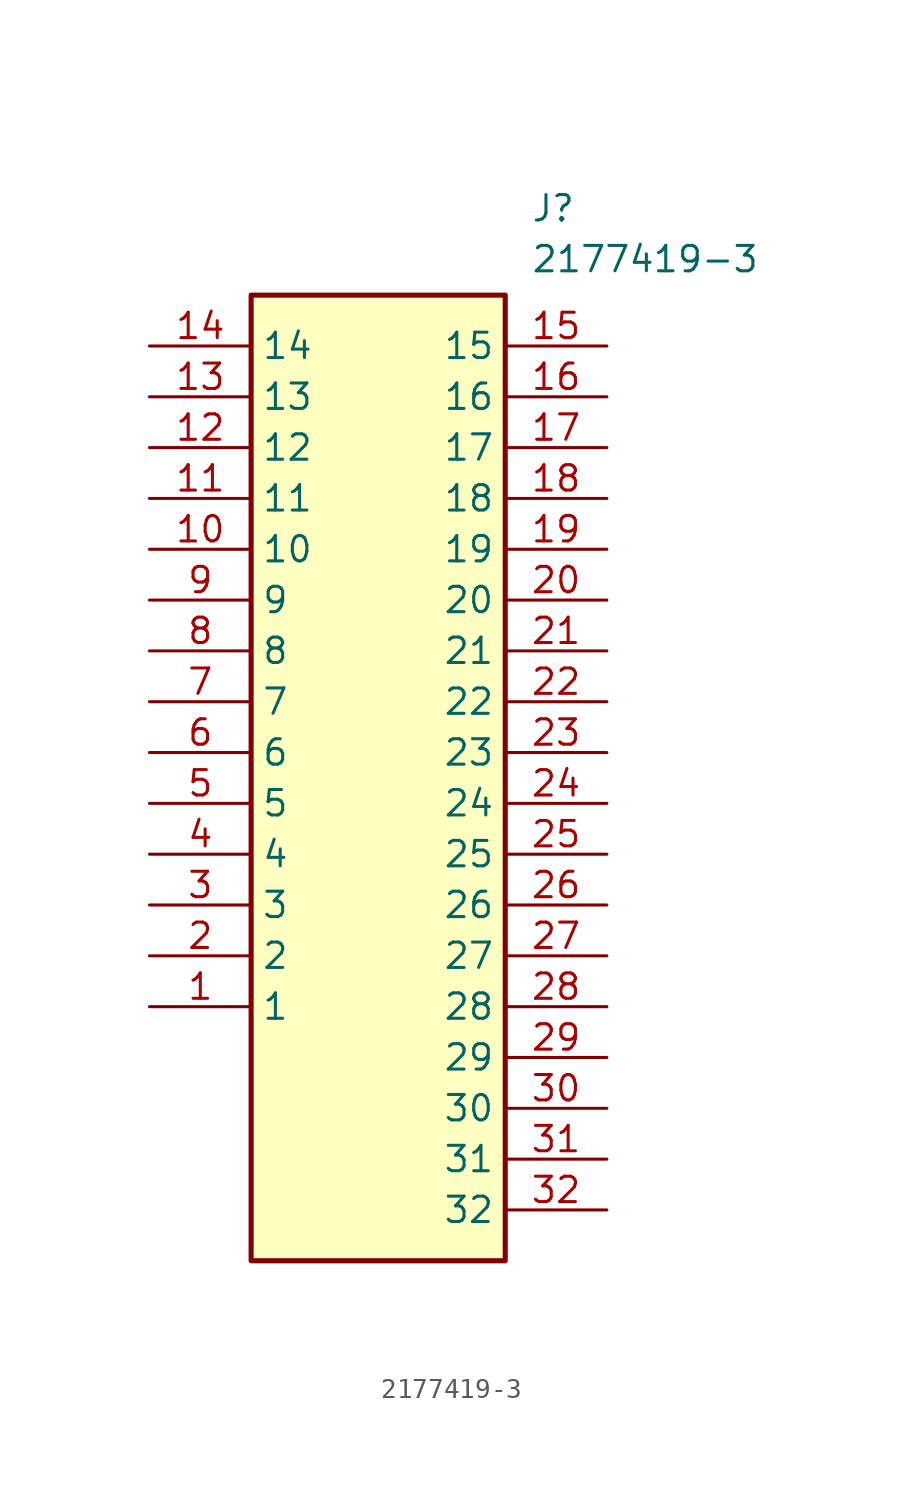
<source format=kicad_sym>
(kicad_symbol_lib
  (version 20211014)
  (generator SamacSys_ECAD_Model)
  (symbol "2177419-3"
    (property "Reference" "J"
      (at 19.05 7.62 0)
      (effects (font (size 1.27 1.27)) (justify left top)))
    (property "Value" "2177419-3"
      (at 19.05 5.08 0)
      (effects (font (size 1.27 1.27)) (justify left top)))
    (rectangle
      (start 5.08 2.54)
      (end 17.78 -45.72)
      (stroke (width 0.254) (type default))
      (fill (type background)))
    (pin passive line
      (at 0 -33.02 0)
      (length 5.08)
      (name "1" (effects (font (size 1.27 1.27))))
      (number "1" (effects (font (size 1.27 1.27)))))
    (pin passive line
      (at 0 -30.48 0)
      (length 5.08)
      (name "2" (effects (font (size 1.27 1.27))))
      (number "2" (effects (font (size 1.27 1.27)))))
    (pin passive line
      (at 0 -27.94 0)
      (length 5.08)
      (name "3" (effects (font (size 1.27 1.27))))
      (number "3" (effects (font (size 1.27 1.27)))))
    (pin passive line
      (at 0 -25.4 0)
      (length 5.08)
      (name "4" (effects (font (size 1.27 1.27))))
      (number "4" (effects (font (size 1.27 1.27)))))
    (pin passive line
      (at 0 -22.86 0)
      (length 5.08)
      (name "5" (effects (font (size 1.27 1.27))))
      (number "5" (effects (font (size 1.27 1.27)))))
    (pin passive line
      (at 0 -20.32 0)
      (length 5.08)
      (name "6" (effects (font (size 1.27 1.27))))
      (number "6" (effects (font (size 1.27 1.27)))))
    (pin passive line
      (at 0 -17.78 0)
      (length 5.08)
      (name "7" (effects (font (size 1.27 1.27))))
      (number "7" (effects (font (size 1.27 1.27)))))
    (pin passive line
      (at 0 -15.24 0)
      (length 5.08)
      (name "8" (effects (font (size 1.27 1.27))))
      (number "8" (effects (font (size 1.27 1.27)))))
    (pin passive line
      (at 0 -12.7 0)
      (length 5.08)
      (name "9" (effects (font (size 1.27 1.27))))
      (number "9" (effects (font (size 1.27 1.27)))))
    (pin passive line
      (at 0 -10.16 0)
      (length 5.08)
      (name "10" (effects (font (size 1.27 1.27))))
      (number "10" (effects (font (size 1.27 1.27)))))
    (pin passive line
      (at 0 -7.62 0)
      (length 5.08)
      (name "11" (effects (font (size 1.27 1.27))))
      (number "11" (effects (font (size 1.27 1.27)))))
    (pin passive line
      (at 0 -5.08 0)
      (length 5.08)
      (name "12" (effects (font (size 1.27 1.27))))
      (number "12" (effects (font (size 1.27 1.27)))))
    (pin passive line
      (at 0 -2.54 0)
      (length 5.08)
      (name "13" (effects (font (size 1.27 1.27))))
      (number "13" (effects (font (size 1.27 1.27)))))
    (pin passive line
      (at 0 0 0)
      (length 5.08)
      (name "14" (effects (font (size 1.27 1.27))))
      (number "14" (effects (font (size 1.27 1.27)))))
    (pin passive line
      (at 22.86 0 180)
      (length 5.08)
      (name "15" (effects (font (size 1.27 1.27))))
      (number "15" (effects (font (size 1.27 1.27)))))
    (pin passive line
      (at 22.86 -2.54 180)
      (length 5.08)
      (name "16" (effects (font (size 1.27 1.27))))
      (number "16" (effects (font (size 1.27 1.27)))))
    (pin passive line
      (at 22.86 -5.08 180)
      (length 5.08)
      (name "17" (effects (font (size 1.27 1.27))))
      (number "17" (effects (font (size 1.27 1.27)))))
    (pin passive line
      (at 22.86 -7.62 180)
      (length 5.08)
      (name "18" (effects (font (size 1.27 1.27))))
      (number "18" (effects (font (size 1.27 1.27)))))
    (pin passive line
      (at 22.86 -10.16 180)
      (length 5.08)
      (name "19" (effects (font (size 1.27 1.27))))
      (number "19" (effects (font (size 1.27 1.27)))))
    (pin passive line
      (at 22.86 -12.7 180)
      (length 5.08)
      (name "20" (effects (font (size 1.27 1.27))))
      (number "20" (effects (font (size 1.27 1.27)))))
    (pin passive line
      (at 22.86 -15.24 180)
      (length 5.08)
      (name "21" (effects (font (size 1.27 1.27))))
      (number "21" (effects (font (size 1.27 1.27)))))
    (pin passive line
      (at 22.86 -17.78 180)
      (length 5.08)
      (name "22" (effects (font (size 1.27 1.27))))
      (number "22" (effects (font (size 1.27 1.27)))))
    (pin passive line
      (at 22.86 -20.32 180)
      (length 5.08)
      (name "23" (effects (font (size 1.27 1.27))))
      (number "23" (effects (font (size 1.27 1.27)))))
    (pin passive line
      (at 22.86 -22.86 180)
      (length 5.08)
      (name "24" (effects (font (size 1.27 1.27))))
      (number "24" (effects (font (size 1.27 1.27)))))
    (pin passive line
      (at 22.86 -25.4 180)
      (length 5.08)
      (name "25" (effects (font (size 1.27 1.27))))
      (number "25" (effects (font (size 1.27 1.27)))))
    (pin passive line
      (at 22.86 -27.94 180)
      (length 5.08)
      (name "26" (effects (font (size 1.27 1.27))))
      (number "26" (effects (font (size 1.27 1.27)))))
    (pin passive line
      (at 22.86 -30.48 180)
      (length 5.08)
      (name "27" (effects (font (size 1.27 1.27))))
      (number "27" (effects (font (size 1.27 1.27)))))
    (pin passive line
      (at 22.86 -33.02 180)
      (length 5.08)
      (name "28" (effects (font (size 1.27 1.27))))
      (number "28" (effects (font (size 1.27 1.27)))))
    (pin passive line
      (at 22.86 -35.56 180)
      (length 5.08)
      (name "29" (effects (font (size 1.27 1.27))))
      (number "29" (effects (font (size 1.27 1.27)))))
    (pin passive line
      (at 22.86 -38.1 180)
      (length 5.08)
      (name "30" (effects (font (size 1.27 1.27))))
      (number "30" (effects (font (size 1.27 1.27)))))
    (pin passive line
      (at 22.86 -40.64 180)
      (length 5.08)
      (name "31" (effects (font (size 1.27 1.27))))
      (number "31" (effects (font (size 1.27 1.27)))))
    (pin passive line
      (at 22.86 -43.18 180)
      (length 5.08)
      (name "32" (effects (font (size 1.27 1.27))))
      (number "32" (effects (font (size 1.27 1.27)))))))
</source>
